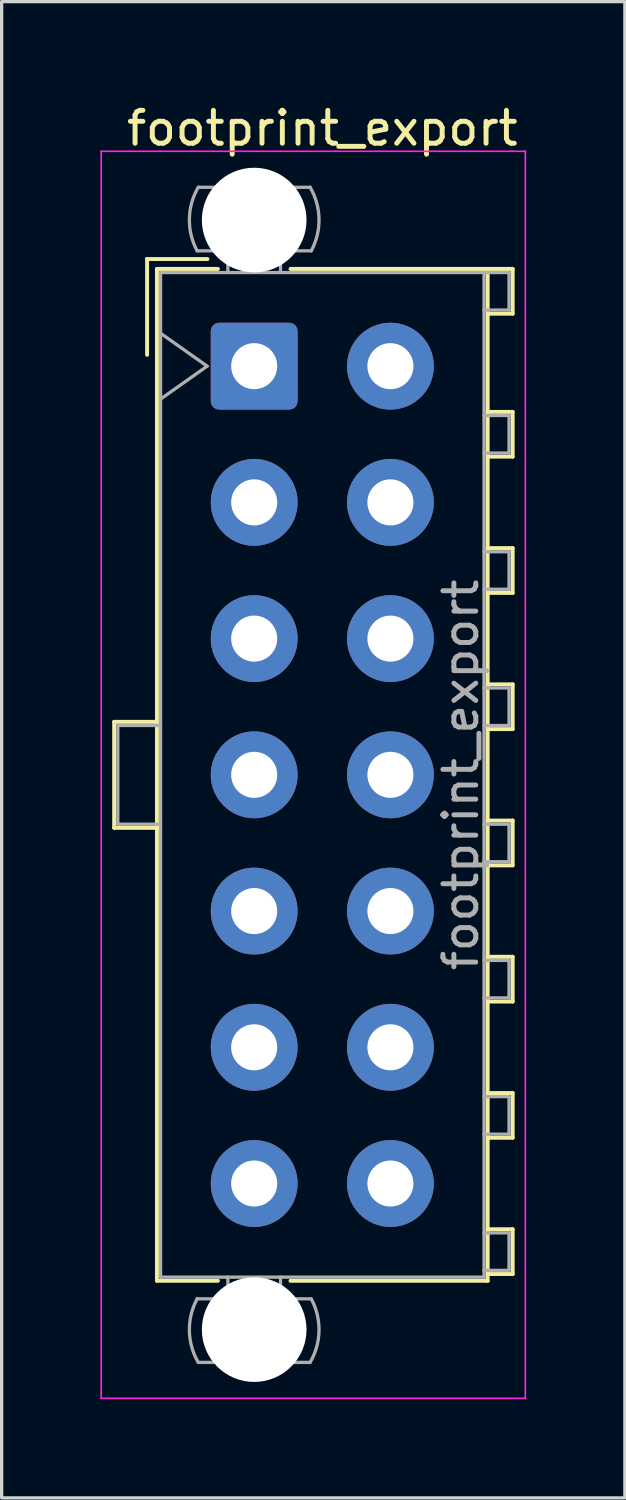
<source format=kicad_pcb>
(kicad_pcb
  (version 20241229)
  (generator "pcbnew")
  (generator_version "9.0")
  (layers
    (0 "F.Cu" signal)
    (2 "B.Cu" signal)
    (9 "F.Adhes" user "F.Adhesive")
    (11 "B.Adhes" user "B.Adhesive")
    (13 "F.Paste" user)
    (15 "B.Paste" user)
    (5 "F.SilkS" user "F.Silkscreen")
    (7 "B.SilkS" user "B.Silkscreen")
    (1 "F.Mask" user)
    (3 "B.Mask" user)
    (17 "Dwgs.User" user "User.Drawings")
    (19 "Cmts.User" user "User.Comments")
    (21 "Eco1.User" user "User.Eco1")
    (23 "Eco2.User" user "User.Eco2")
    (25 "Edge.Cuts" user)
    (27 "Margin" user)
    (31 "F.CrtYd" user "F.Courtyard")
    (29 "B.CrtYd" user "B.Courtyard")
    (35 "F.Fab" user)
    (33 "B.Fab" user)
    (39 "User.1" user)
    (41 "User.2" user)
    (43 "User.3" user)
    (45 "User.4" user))
  (footprint "footprint_export"
    (layer "F.Cu")
    (at 4.675 8.078)
    (property "Reference" "footprint_export" (at 2.07 -7.23 0) (layer "F.SilkS") (effects (font (size 1 1) (thickness 0.15))))
    (attr through_hole)
    (fp_line (start -4.255 10.81) (end -4.255 14.03) (stroke (width 0.12) (type solid)) (layer "F.SilkS"))
    (fp_line (start -4.255 14.03) (end -2.955 14.03) (stroke (width 0.12) (type solid)) (layer "F.SilkS"))
    (fp_line (start -3.255 -3.255) (end -3.255 -0.345) (stroke (width 0.12) (type solid)) (layer "F.SilkS"))
    (fp_line (start -2.955 -2.955) (end -2.955 27.795) (stroke (width 0.12) (type solid)) (layer "F.SilkS"))
    (fp_line (start -2.955 10.81) (end -4.255 10.81) (stroke (width 0.12) (type solid)) (layer "F.SilkS"))
    (fp_line (start -2.955 27.795) (end -1.103 27.795) (stroke (width 0.12) (type solid)) (layer "F.SilkS"))
    (fp_line (start -1.421 -3.255) (end -3.255 -3.255) (stroke (width 0.12) (type solid)) (layer "F.SilkS"))
    (fp_line (start -1.103 -2.955) (end -2.955 -2.955) (stroke (width 0.12) (type solid)) (layer "F.SilkS"))
    (fp_line (start 1.103 -2.955) (end 7.095 -2.955) (stroke (width 0.12) (type solid)) (layer "F.SilkS"))
    (fp_line (start 7.095 -2.955) (end 7.095 27.795) (stroke (width 0.12) (type solid)) (layer "F.SilkS"))
    (fp_line (start 7.095 -2.955) (end 7.855 -2.955) (stroke (width 0.12) (type solid)) (layer "F.SilkS"))
    (fp_line (start 7.095 1.39) (end 7.855 1.39) (stroke (width 0.12) (type solid)) (layer "F.SilkS"))
    (fp_line (start 7.095 5.53) (end 7.855 5.53) (stroke (width 0.12) (type solid)) (layer "F.SilkS"))
    (fp_line (start 7.095 9.67) (end 7.855 9.67) (stroke (width 0.12) (type solid)) (layer "F.SilkS"))
    (fp_line (start 7.095 13.81) (end 7.855 13.81) (stroke (width 0.12) (type solid)) (layer "F.SilkS"))
    (fp_line (start 7.095 17.95) (end 7.855 17.95) (stroke (width 0.12) (type solid)) (layer "F.SilkS"))
    (fp_line (start 7.095 22.09) (end 7.855 22.09) (stroke (width 0.12) (type solid)) (layer "F.SilkS"))
    (fp_line (start 7.095 26.23) (end 7.855 26.23) (stroke (width 0.12) (type solid)) (layer "F.SilkS"))
    (fp_line (start 7.095 27.795) (end 1.103 27.795) (stroke (width 0.12) (type solid)) (layer "F.SilkS"))
    (fp_line (start 7.855 -2.955) (end 7.855 -1.595) (stroke (width 0.12) (type solid)) (layer "F.SilkS"))
    (fp_line (start 7.855 -1.595) (end 7.095 -1.595) (stroke (width 0.12) (type solid)) (layer "F.SilkS"))
    (fp_line (start 7.855 1.39) (end 7.855 2.75) (stroke (width 0.12) (type solid)) (layer "F.SilkS"))
    (fp_line (start 7.855 2.75) (end 7.095 2.75) (stroke (width 0.12) (type solid)) (layer "F.SilkS"))
    (fp_line (start 7.855 5.53) (end 7.855 6.89) (stroke (width 0.12) (type solid)) (layer "F.SilkS"))
    (fp_line (start 7.855 6.89) (end 7.095 6.89) (stroke (width 0.12) (type solid)) (layer "F.SilkS"))
    (fp_line (start 7.855 9.67) (end 7.855 11.03) (stroke (width 0.12) (type solid)) (layer "F.SilkS"))
    (fp_line (start 7.855 11.03) (end 7.095 11.03) (stroke (width 0.12) (type solid)) (layer "F.SilkS"))
    (fp_line (start 7.855 13.81) (end 7.855 15.17) (stroke (width 0.12) (type solid)) (layer "F.SilkS"))
    (fp_line (start 7.855 15.17) (end 7.095 15.17) (stroke (width 0.12) (type solid)) (layer "F.SilkS"))
    (fp_line (start 7.855 17.95) (end 7.855 19.31) (stroke (width 0.12) (type solid)) (layer "F.SilkS"))
    (fp_line (start 7.855 19.31) (end 7.095 19.31) (stroke (width 0.12) (type solid)) (layer "F.SilkS"))
    (fp_line (start 7.855 22.09) (end 7.855 23.45) (stroke (width 0.12) (type solid)) (layer "F.SilkS"))
    (fp_line (start 7.855 23.45) (end 7.095 23.45) (stroke (width 0.12) (type solid)) (layer "F.SilkS"))
    (fp_line (start 7.855 26.23) (end 7.855 27.59) (stroke (width 0.12) (type solid)) (layer "F.SilkS"))
    (fp_line (start 7.855 27.59) (end 7.095 27.59) (stroke (width 0.12) (type solid)) (layer "F.SilkS"))
    (fp_line (start -4.65 -6.53) (end -4.65 31.37) (stroke (width 0.05) (type solid)) (layer "F.CrtYd"))
    (fp_line (start -4.65 31.37) (end 8.24 31.37) (stroke (width 0.05) (type solid)) (layer "F.CrtYd"))
    (fp_line (start 8.24 -6.53) (end -4.65 -6.53) (stroke (width 0.05) (type solid)) (layer "F.CrtYd"))
    (fp_line (start 8.24 31.37) (end 8.24 -6.53) (stroke (width 0.05) (type solid)) (layer "F.CrtYd"))
    (fp_line (start -4.145 10.92) (end -4.145 13.92) (stroke (width 0.1) (type solid)) (layer "F.Fab"))
    (fp_line (start -4.145 13.92) (end -2.845 13.92) (stroke (width 0.1) (type solid)) (layer "F.Fab"))
    (fp_line (start -2.845 -2.845) (end -2.845 27.685) (stroke (width 0.1) (type solid)) (layer "F.Fab"))
    (fp_line (start -2.845 -1) (end -1.431 0) (stroke (width 0.1) (type solid)) (layer "F.Fab"))
    (fp_line (start -2.845 10.92) (end -4.145 10.92) (stroke (width 0.1) (type solid)) (layer "F.Fab"))
    (fp_line (start -2.845 27.685) (end 6.985 27.685) (stroke (width 0.1) (type solid)) (layer "F.Fab"))
    (fp_line (start -1.431 0) (end -2.845 1) (stroke (width 0.1) (type solid)) (layer "F.Fab"))
    (fp_line (start -0.8 -2.845) (end -0.8 -3.505) (stroke (width 0.1) (type solid)) (layer "F.Fab"))
    (fp_line (start -0.8 27.685) (end -0.8 28.345) (stroke (width 0.1) (type solid)) (layer "F.Fab"))
    (fp_line (start 0.8 -2.845) (end 0.8 -3.505) (stroke (width 0.1) (type solid)) (layer "F.Fab"))
    (fp_line (start 0.8 27.685) (end 0.8 28.345) (stroke (width 0.1) (type solid)) (layer "F.Fab"))
    (fp_line (start 1.7 -5.436) (end -1.7 -5.436) (stroke (width 0.1) (type solid)) (layer "F.Fab"))
    (fp_line (start 1.7 30.276) (end -1.7 30.276) (stroke (width 0.1) (type solid)) (layer "F.Fab"))
    (fp_line (start 1.734 -3.505) (end -1.734 -3.505) (stroke (width 0.1) (type solid)) (layer "F.Fab"))
    (fp_line (start 1.734 28.345) (end -1.734 28.345) (stroke (width 0.1) (type solid)) (layer "F.Fab"))
    (fp_line (start 6.985 -2.845) (end -2.845 -2.845) (stroke (width 0.1) (type solid)) (layer "F.Fab"))
    (fp_line (start 6.985 -2.845) (end 7.745 -2.845) (stroke (width 0.1) (type solid)) (layer "F.Fab"))
    (fp_line (start 6.985 1.5) (end 7.745 1.5) (stroke (width 0.1) (type solid)) (layer "F.Fab"))
    (fp_line (start 6.985 5.64) (end 7.745 5.64) (stroke (width 0.1) (type solid)) (layer "F.Fab"))
    (fp_line (start 6.985 9.78) (end 7.745 9.78) (stroke (width 0.1) (type solid)) (layer "F.Fab"))
    (fp_line (start 6.985 13.92) (end 7.745 13.92) (stroke (width 0.1) (type solid)) (layer "F.Fab"))
    (fp_line (start 6.985 18.06) (end 7.745 18.06) (stroke (width 0.1) (type solid)) (layer "F.Fab"))
    (fp_line (start 6.985 22.2) (end 7.745 22.2) (stroke (width 0.1) (type solid)) (layer "F.Fab"))
    (fp_line (start 6.985 26.34) (end 7.745 26.34) (stroke (width 0.1) (type solid)) (layer "F.Fab"))
    (fp_line (start 6.985 27.685) (end 6.985 -2.845) (stroke (width 0.1) (type solid)) (layer "F.Fab"))
    (fp_line (start 7.745 -2.845) (end 7.745 -1.705) (stroke (width 0.1) (type solid)) (layer "F.Fab"))
    (fp_line (start 7.745 -1.705) (end 6.985 -1.705) (stroke (width 0.1) (type solid)) (layer "F.Fab"))
    (fp_line (start 7.745 1.5) (end 7.745 2.64) (stroke (width 0.1) (type solid)) (layer "F.Fab"))
    (fp_line (start 7.745 2.64) (end 6.985 2.64) (stroke (width 0.1) (type solid)) (layer "F.Fab"))
    (fp_line (start 7.745 5.64) (end 7.745 6.78) (stroke (width 0.1) (type solid)) (layer "F.Fab"))
    (fp_line (start 7.745 6.78) (end 6.985 6.78) (stroke (width 0.1) (type solid)) (layer "F.Fab"))
    (fp_line (start 7.745 9.78) (end 7.745 10.92) (stroke (width 0.1) (type solid)) (layer "F.Fab"))
    (fp_line (start 7.745 10.92) (end 6.985 10.92) (stroke (width 0.1) (type solid)) (layer "F.Fab"))
    (fp_line (start 7.745 13.92) (end 7.745 15.06) (stroke (width 0.1) (type solid)) (layer "F.Fab"))
    (fp_line (start 7.745 15.06) (end 6.985 15.06) (stroke (width 0.1) (type solid)) (layer "F.Fab"))
    (fp_line (start 7.745 18.06) (end 7.745 19.2) (stroke (width 0.1) (type solid)) (layer "F.Fab"))
    (fp_line (start 7.745 19.2) (end 6.985 19.2) (stroke (width 0.1) (type solid)) (layer "F.Fab"))
    (fp_line (start 7.745 22.2) (end 7.745 23.34) (stroke (width 0.1) (type solid)) (layer "F.Fab"))
    (fp_line (start 7.745 23.34) (end 6.985 23.34) (stroke (width 0.1) (type solid)) (layer "F.Fab"))
    (fp_line (start 7.745 26.34) (end 7.745 27.48) (stroke (width 0.1) (type solid)) (layer "F.Fab"))
    (fp_line (start 7.745 27.48) (end 6.985 27.48) (stroke (width 0.1) (type solid)) (layer "F.Fab"))
    (fp_arc (start -1.733977 -3.505) (mid -1.96969 -4.474992) (end -1.699672 -5.436) (stroke (width 0.1) (type solid)) (layer "F.Fab"))
    (fp_arc (start -1.699672 30.276) (mid -1.969689 29.314992) (end -1.733977 28.345) (stroke (width 0.1) (type solid)) (layer "F.Fab"))
    (fp_arc (start 1.699672 -5.436) (mid 1.969689 -4.474992) (end 1.733977 -3.505) (stroke (width 0.1) (type solid)) (layer "F.Fab"))
    (fp_arc (start 1.733977 28.345) (mid 1.96969 29.314992) (end 1.699672 30.276) (stroke (width 0.1) (type solid)) (layer "F.Fab"))
    (fp_text user "${REFERENCE}" (at 6.28 12.42 90) (layer "F.Fab") (effects (font (size 1 1) (thickness 0.15))))
    (pad "" np_thru_hole circle (at 0 -4.44) (size 3.18 3.18) (drill 3.18) (layers "*.Cu" "*.Mask"))
    (pad "" np_thru_hole circle (at 0 29.28) (size 3.18 3.18) (drill 3.18) (layers "*.Cu" "*.Mask"))
    (pad "1" thru_hole roundrect (at 0 0) (size 2.64 2.64) (drill 1.4) (layers "*.Cu" "*.Mask") (roundrect_rratio 0.095))
    (pad "2" thru_hole circle (at 0 4.14) (size 2.64 2.64) (drill 1.4) (layers "*.Cu" "*.Mask"))
    (pad "3" thru_hole circle (at 0 8.28) (size 2.64 2.64) (drill 1.4) (layers "*.Cu" "*.Mask"))
    (pad "4" thru_hole circle (at 0 12.42) (size 2.64 2.64) (drill 1.4) (layers "*.Cu" "*.Mask"))
    (pad "5" thru_hole circle (at 0 16.56) (size 2.64 2.64) (drill 1.4) (layers "*.Cu" "*.Mask"))
    (pad "6" thru_hole circle (at 0 20.7) (size 2.64 2.64) (drill 1.4) (layers "*.Cu" "*.Mask"))
    (pad "7" thru_hole circle (at 0 24.84) (size 2.64 2.64) (drill 1.4) (layers "*.Cu" "*.Mask"))
    (pad "8" thru_hole circle (at 4.14 0) (size 2.64 2.64) (drill 1.4) (layers "*.Cu" "*.Mask"))
    (pad "9" thru_hole circle (at 4.14 4.14) (size 2.64 2.64) (drill 1.4) (layers "*.Cu" "*.Mask"))
    (pad "10" thru_hole circle (at 4.14 8.28) (size 2.64 2.64) (drill 1.4) (layers "*.Cu" "*.Mask"))
    (pad "11" thru_hole circle (at 4.14 12.42) (size 2.64 2.64) (drill 1.4) (layers "*.Cu" "*.Mask"))
    (pad "12" thru_hole circle (at 4.14 16.56) (size 2.64 2.64) (drill 1.4) (layers "*.Cu" "*.Mask"))
    (pad "13" thru_hole circle (at 4.14 20.7) (size 2.64 2.64) (drill 1.4) (layers "*.Cu" "*.Mask"))
    (pad "14" thru_hole circle (at 4.14 24.84) (size 2.64 2.64) (drill 1.4) (layers "*.Cu" "*.Mask")))
  (gr_rect
    (start -3 -3)
    (end 15.94 42.473)
    (stroke (width 0.1) (type default))
    (fill no)
    (layer "Edge.Cuts")))
</source>
